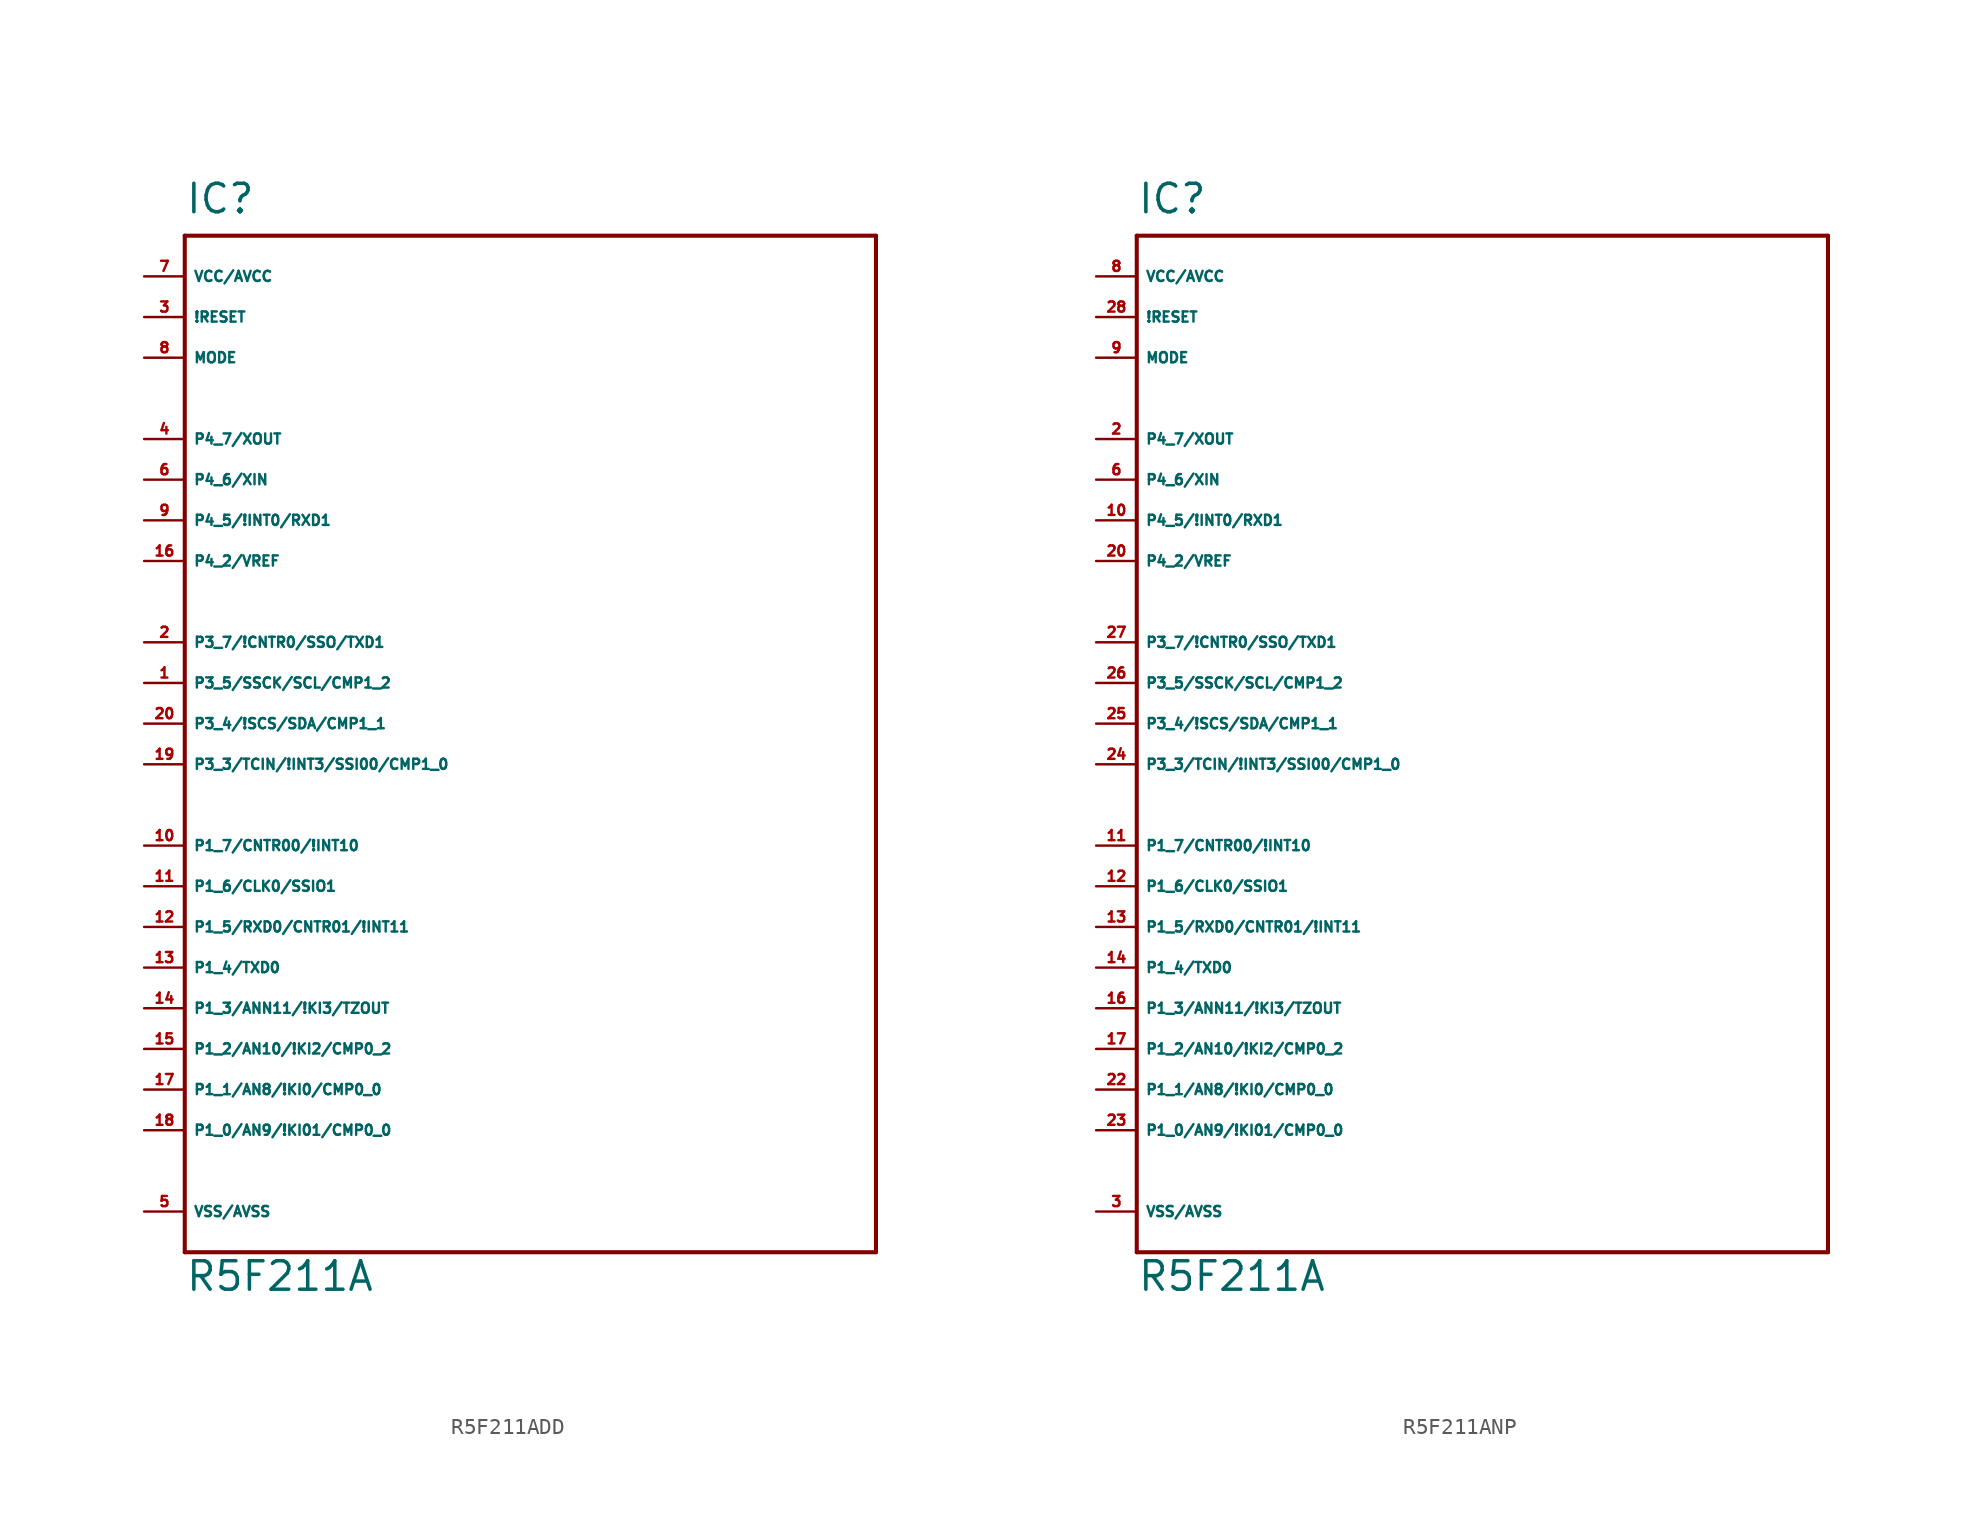
<source format=kicad_sym>
(kicad_symbol_lib
  (version 20220914)
  (generator Eagle2Kicad)
  (symbol "R5F211ADD"
    (property "Reference" "IC"
      (at -22.86 34.29 0)
      (effects (font (size 1.778 1.778) (thickness 0.22)) (justify left bottom)))
    (property "Value" "R5F211A"
      (at -22.86 -33.02 0)
      (effects (font (size 1.778 1.778) (thickness 0.22)) (justify left bottom)))
    (polyline
      (pts (xy -22.86 33.02) (xy 20.32 33.02))
      (stroke (width 0.254) (type default))
      (fill (type none)))
    (polyline
      (pts (xy 20.32 33.02) (xy 20.32 -30.48))
      (stroke (width 0.254) (type default))
      (fill (type none)))
    (polyline
      (pts (xy 20.32 -30.48) (xy -22.86 -30.48))
      (stroke (width 0.254) (type default))
      (fill (type none)))
    (polyline
      (pts (xy -22.86 -30.48) (xy -22.86 33.02))
      (stroke (width 0.254) (type default))
      (fill (type none)))
    (pin bidirectional line
      (at -25.4 20.32 0)
      (length 2.54)
      (name "P4_7/XOUT" (effects (font (size 0.635 0.635) (thickness 0.08)) (justify left bottom)))
      (number "4" (effects (font (size 0.635 0.635) (thickness 0.08)) (justify left bottom))))
    (pin input line
      (at -25.4 -27.94 0)
      (length 2.54)
      (name "VSS/AVSS" (effects (font (size 0.635 0.635) (thickness 0.08)) (justify left bottom)))
      (number "5" (effects (font (size 0.635 0.635) (thickness 0.08)) (justify left bottom))))
    (pin bidirectional line
      (at -25.4 17.78 0)
      (length 2.54)
      (name "P4_6/XIN" (effects (font (size 0.635 0.635) (thickness 0.08)) (justify left bottom)))
      (number "6" (effects (font (size 0.635 0.635) (thickness 0.08)) (justify left bottom))))
    (pin input line
      (at -25.4 30.48 0)
      (length 2.54)
      (name "VCC/AVCC" (effects (font (size 0.635 0.635) (thickness 0.08)) (justify left bottom)))
      (number "7" (effects (font (size 0.635 0.635) (thickness 0.08)) (justify left bottom))))
    (pin input line
      (at -25.4 25.4 0)
      (length 2.54)
      (name "MODE" (effects (font (size 0.635 0.635) (thickness 0.08)) (justify left bottom)))
      (number "8" (effects (font (size 0.635 0.635) (thickness 0.08)) (justify left bottom))))
    (pin bidirectional line
      (at -25.4 15.24 0)
      (length 2.54)
      (name "P4_5/!INT0/RXD1" (effects (font (size 0.635 0.635) (thickness 0.08)) (justify left bottom)))
      (number "9" (effects (font (size 0.635 0.635) (thickness 0.08)) (justify left bottom))))
    (pin bidirectional line
      (at -25.4 -5.08 0)
      (length 2.54)
      (name "P1_7/CNTR00/!INT10" (effects (font (size 0.635 0.635) (thickness 0.08)) (justify left bottom)))
      (number "10" (effects (font (size 0.635 0.635) (thickness 0.08)) (justify left bottom))))
    (pin bidirectional line
      (at -25.4 -7.62 0)
      (length 2.54)
      (name "P1_6/CLK0/SSIO1" (effects (font (size 0.635 0.635) (thickness 0.08)) (justify left bottom)))
      (number "11" (effects (font (size 0.635 0.635) (thickness 0.08)) (justify left bottom))))
    (pin bidirectional line
      (at -25.4 -10.16 0)
      (length 2.54)
      (name "P1_5/RXD0/CNTR01/!INT11" (effects (font (size 0.635 0.635) (thickness 0.08)) (justify left bottom)))
      (number "12" (effects (font (size 0.635 0.635) (thickness 0.08)) (justify left bottom))))
    (pin bidirectional line
      (at -25.4 -12.7 0)
      (length 2.54)
      (name "P1_4/TXD0" (effects (font (size 0.635 0.635) (thickness 0.08)) (justify left bottom)))
      (number "13" (effects (font (size 0.635 0.635) (thickness 0.08)) (justify left bottom))))
    (pin bidirectional line
      (at -25.4 -15.24 0)
      (length 2.54)
      (name "P1_3/ANN11/!KI3/TZOUT" (effects (font (size 0.635 0.635) (thickness 0.08)) (justify left bottom)))
      (number "14" (effects (font (size 0.635 0.635) (thickness 0.08)) (justify left bottom))))
    (pin bidirectional line
      (at -25.4 -17.78 0)
      (length 2.54)
      (name "P1_2/AN10/!KI2/CMP0_2" (effects (font (size 0.635 0.635) (thickness 0.08)) (justify left bottom)))
      (number "15" (effects (font (size 0.635 0.635) (thickness 0.08)) (justify left bottom))))
    (pin input line
      (at -25.4 12.7 0)
      (length 2.54)
      (name "P4_2/VREF" (effects (font (size 0.635 0.635) (thickness 0.08)) (justify left bottom)))
      (number "16" (effects (font (size 0.635 0.635) (thickness 0.08)) (justify left bottom))))
    (pin bidirectional line
      (at -25.4 -20.32 0)
      (length 2.54)
      (name "P1_1/AN8/!KI0/CMP0_0" (effects (font (size 0.635 0.635) (thickness 0.08)) (justify left bottom)))
      (number "17" (effects (font (size 0.635 0.635) (thickness 0.08)) (justify left bottom))))
    (pin bidirectional line
      (at -25.4 -22.86 0)
      (length 2.54)
      (name "P1_0/AN9/!KI01/CMP0_0" (effects (font (size 0.635 0.635) (thickness 0.08)) (justify left bottom)))
      (number "18" (effects (font (size 0.635 0.635) (thickness 0.08)) (justify left bottom))))
    (pin bidirectional line
      (at -25.4 0 0)
      (length 2.54)
      (name "P3_3/TCIN/!INT3/SSI00/CMP1_0" (effects (font (size 0.635 0.635) (thickness 0.08)) (justify left bottom)))
      (number "19" (effects (font (size 0.635 0.635) (thickness 0.08)) (justify left bottom))))
    (pin bidirectional line
      (at -25.4 2.54 0)
      (length 2.54)
      (name "P3_4/!SCS/SDA/CMP1_1" (effects (font (size 0.635 0.635) (thickness 0.08)) (justify left bottom)))
      (number "20" (effects (font (size 0.635 0.635) (thickness 0.08)) (justify left bottom))))
    (pin bidirectional line
      (at -25.4 5.08 0)
      (length 2.54)
      (name "P3_5/SSCK/SCL/CMP1_2" (effects (font (size 0.635 0.635) (thickness 0.08)) (justify left bottom)))
      (number "1" (effects (font (size 0.635 0.635) (thickness 0.08)) (justify left bottom))))
    (pin bidirectional line
      (at -25.4 7.62 0)
      (length 2.54)
      (name "P3_7/!CNTR0/SSO/TXD1" (effects (font (size 0.635 0.635) (thickness 0.08)) (justify left bottom)))
      (number "2" (effects (font (size 0.635 0.635) (thickness 0.08)) (justify left bottom))))
    (pin input line
      (at -25.4 27.94 0)
      (length 2.54)
      (name "!RESET" (effects (font (size 0.635 0.635) (thickness 0.08)) (justify left bottom)))
      (number "3" (effects (font (size 0.635 0.635) (thickness 0.08)) (justify left bottom)))))
  (symbol "R5F211ANP"
    (property "Reference" "IC"
      (at -22.86 34.29 0)
      (effects (font (size 1.778 1.778) (thickness 0.22)) (justify left bottom)))
    (property "Value" "R5F211A"
      (at -22.86 -33.02 0)
      (effects (font (size 1.778 1.778) (thickness 0.22)) (justify left bottom)))
    (polyline
      (pts (xy -22.86 33.02) (xy 20.32 33.02))
      (stroke (width 0.254) (type default))
      (fill (type none)))
    (polyline
      (pts (xy 20.32 33.02) (xy 20.32 -30.48))
      (stroke (width 0.254) (type default))
      (fill (type none)))
    (polyline
      (pts (xy 20.32 -30.48) (xy -22.86 -30.48))
      (stroke (width 0.254) (type default))
      (fill (type none)))
    (polyline
      (pts (xy -22.86 -30.48) (xy -22.86 33.02))
      (stroke (width 0.254) (type default))
      (fill (type none)))
    (pin bidirectional line
      (at -25.4 20.32 0)
      (length 2.54)
      (name "P4_7/XOUT" (effects (font (size 0.635 0.635) (thickness 0.08)) (justify left bottom)))
      (number "2" (effects (font (size 0.635 0.635) (thickness 0.08)) (justify left bottom))))
    (pin input line
      (at -25.4 -27.94 0)
      (length 2.54)
      (name "VSS/AVSS" (effects (font (size 0.635 0.635) (thickness 0.08)) (justify left bottom)))
      (number "3" (effects (font (size 0.635 0.635) (thickness 0.08)) (justify left bottom))))
    (pin bidirectional line
      (at -25.4 17.78 0)
      (length 2.54)
      (name "P4_6/XIN" (effects (font (size 0.635 0.635) (thickness 0.08)) (justify left bottom)))
      (number "6" (effects (font (size 0.635 0.635) (thickness 0.08)) (justify left bottom))))
    (pin input line
      (at -25.4 30.48 0)
      (length 2.54)
      (name "VCC/AVCC" (effects (font (size 0.635 0.635) (thickness 0.08)) (justify left bottom)))
      (number "8" (effects (font (size 0.635 0.635) (thickness 0.08)) (justify left bottom))))
    (pin input line
      (at -25.4 25.4 0)
      (length 2.54)
      (name "MODE" (effects (font (size 0.635 0.635) (thickness 0.08)) (justify left bottom)))
      (number "9" (effects (font (size 0.635 0.635) (thickness 0.08)) (justify left bottom))))
    (pin bidirectional line
      (at -25.4 15.24 0)
      (length 2.54)
      (name "P4_5/!INT0/RXD1" (effects (font (size 0.635 0.635) (thickness 0.08)) (justify left bottom)))
      (number "10" (effects (font (size 0.635 0.635) (thickness 0.08)) (justify left bottom))))
    (pin bidirectional line
      (at -25.4 -5.08 0)
      (length 2.54)
      (name "P1_7/CNTR00/!INT10" (effects (font (size 0.635 0.635) (thickness 0.08)) (justify left bottom)))
      (number "11" (effects (font (size 0.635 0.635) (thickness 0.08)) (justify left bottom))))
    (pin bidirectional line
      (at -25.4 -7.62 0)
      (length 2.54)
      (name "P1_6/CLK0/SSIO1" (effects (font (size 0.635 0.635) (thickness 0.08)) (justify left bottom)))
      (number "12" (effects (font (size 0.635 0.635) (thickness 0.08)) (justify left bottom))))
    (pin bidirectional line
      (at -25.4 -10.16 0)
      (length 2.54)
      (name "P1_5/RXD0/CNTR01/!INT11" (effects (font (size 0.635 0.635) (thickness 0.08)) (justify left bottom)))
      (number "13" (effects (font (size 0.635 0.635) (thickness 0.08)) (justify left bottom))))
    (pin bidirectional line
      (at -25.4 -12.7 0)
      (length 2.54)
      (name "P1_4/TXD0" (effects (font (size 0.635 0.635) (thickness 0.08)) (justify left bottom)))
      (number "14" (effects (font (size 0.635 0.635) (thickness 0.08)) (justify left bottom))))
    (pin bidirectional line
      (at -25.4 -15.24 0)
      (length 2.54)
      (name "P1_3/ANN11/!KI3/TZOUT" (effects (font (size 0.635 0.635) (thickness 0.08)) (justify left bottom)))
      (number "16" (effects (font (size 0.635 0.635) (thickness 0.08)) (justify left bottom))))
    (pin bidirectional line
      (at -25.4 -17.78 0)
      (length 2.54)
      (name "P1_2/AN10/!KI2/CMP0_2" (effects (font (size 0.635 0.635) (thickness 0.08)) (justify left bottom)))
      (number "17" (effects (font (size 0.635 0.635) (thickness 0.08)) (justify left bottom))))
    (pin input line
      (at -25.4 12.7 0)
      (length 2.54)
      (name "P4_2/VREF" (effects (font (size 0.635 0.635) (thickness 0.08)) (justify left bottom)))
      (number "20" (effects (font (size 0.635 0.635) (thickness 0.08)) (justify left bottom))))
    (pin bidirectional line
      (at -25.4 -20.32 0)
      (length 2.54)
      (name "P1_1/AN8/!KI0/CMP0_0" (effects (font (size 0.635 0.635) (thickness 0.08)) (justify left bottom)))
      (number "22" (effects (font (size 0.635 0.635) (thickness 0.08)) (justify left bottom))))
    (pin bidirectional line
      (at -25.4 -22.86 0)
      (length 2.54)
      (name "P1_0/AN9/!KI01/CMP0_0" (effects (font (size 0.635 0.635) (thickness 0.08)) (justify left bottom)))
      (number "23" (effects (font (size 0.635 0.635) (thickness 0.08)) (justify left bottom))))
    (pin bidirectional line
      (at -25.4 0 0)
      (length 2.54)
      (name "P3_3/TCIN/!INT3/SSI00/CMP1_0" (effects (font (size 0.635 0.635) (thickness 0.08)) (justify left bottom)))
      (number "24" (effects (font (size 0.635 0.635) (thickness 0.08)) (justify left bottom))))
    (pin bidirectional line
      (at -25.4 2.54 0)
      (length 2.54)
      (name "P3_4/!SCS/SDA/CMP1_1" (effects (font (size 0.635 0.635) (thickness 0.08)) (justify left bottom)))
      (number "25" (effects (font (size 0.635 0.635) (thickness 0.08)) (justify left bottom))))
    (pin bidirectional line
      (at -25.4 5.08 0)
      (length 2.54)
      (name "P3_5/SSCK/SCL/CMP1_2" (effects (font (size 0.635 0.635) (thickness 0.08)) (justify left bottom)))
      (number "26" (effects (font (size 0.635 0.635) (thickness 0.08)) (justify left bottom))))
    (pin bidirectional line
      (at -25.4 7.62 0)
      (length 2.54)
      (name "P3_7/!CNTR0/SSO/TXD1" (effects (font (size 0.635 0.635) (thickness 0.08)) (justify left bottom)))
      (number "27" (effects (font (size 0.635 0.635) (thickness 0.08)) (justify left bottom))))
    (pin input line
      (at -25.4 27.94 0)
      (length 2.54)
      (name "!RESET" (effects (font (size 0.635 0.635) (thickness 0.08)) (justify left bottom)))
      (number "28" (effects (font (size 0.635 0.635) (thickness 0.08)) (justify left bottom))))))
</source>
